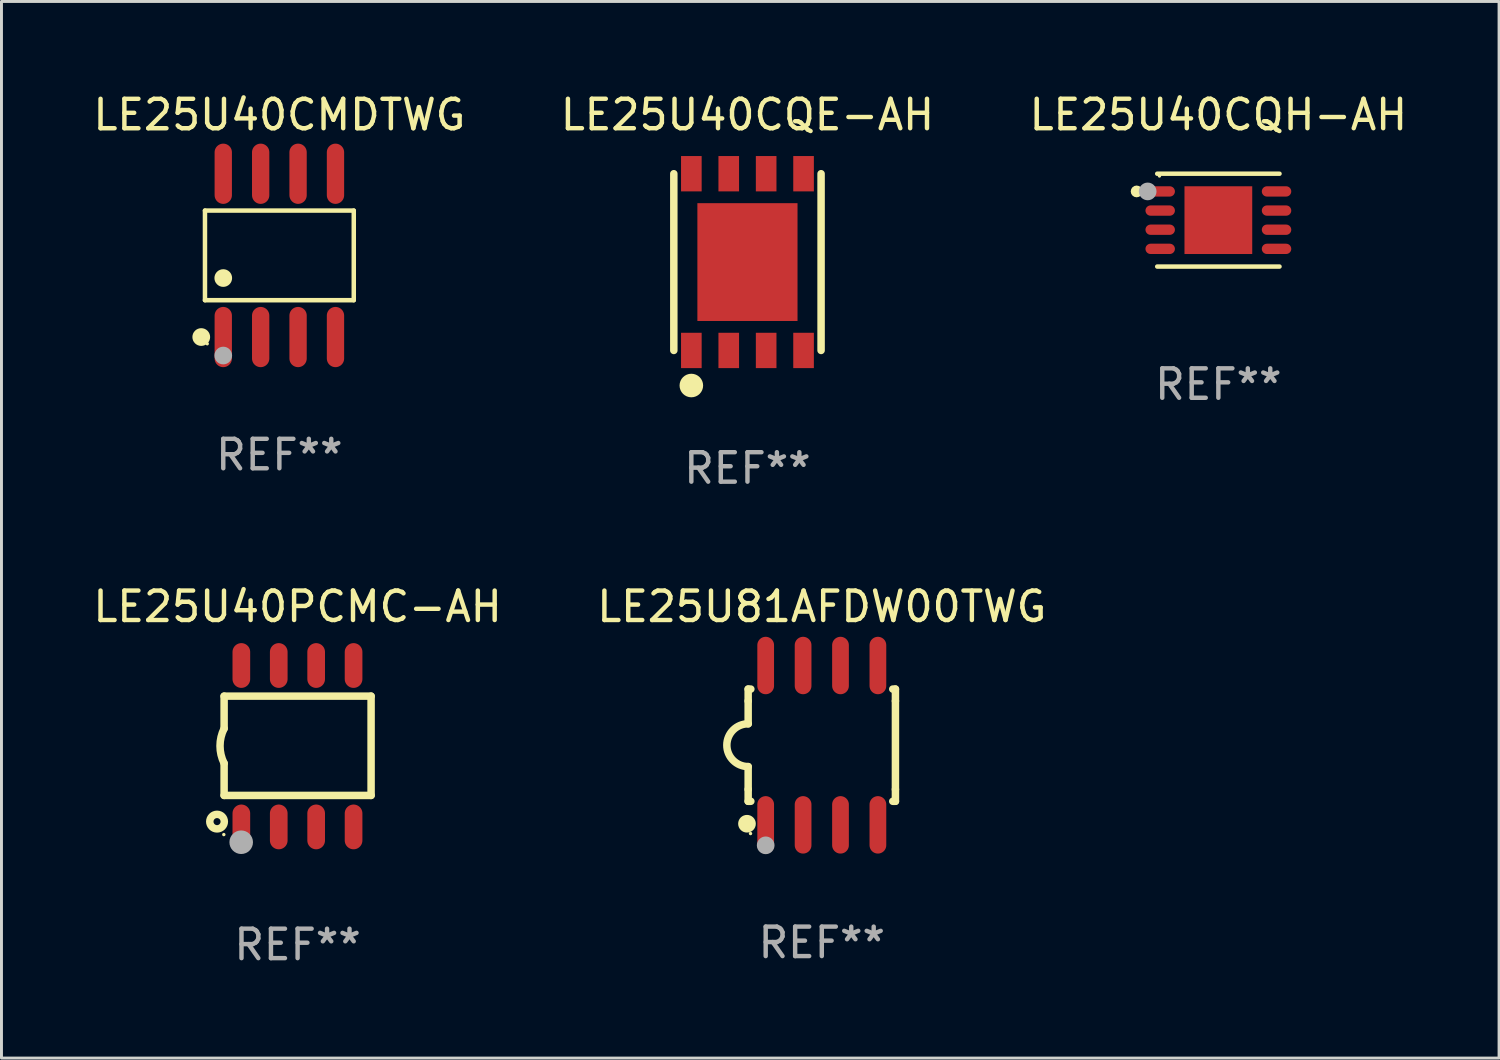
<source format=kicad_pcb>
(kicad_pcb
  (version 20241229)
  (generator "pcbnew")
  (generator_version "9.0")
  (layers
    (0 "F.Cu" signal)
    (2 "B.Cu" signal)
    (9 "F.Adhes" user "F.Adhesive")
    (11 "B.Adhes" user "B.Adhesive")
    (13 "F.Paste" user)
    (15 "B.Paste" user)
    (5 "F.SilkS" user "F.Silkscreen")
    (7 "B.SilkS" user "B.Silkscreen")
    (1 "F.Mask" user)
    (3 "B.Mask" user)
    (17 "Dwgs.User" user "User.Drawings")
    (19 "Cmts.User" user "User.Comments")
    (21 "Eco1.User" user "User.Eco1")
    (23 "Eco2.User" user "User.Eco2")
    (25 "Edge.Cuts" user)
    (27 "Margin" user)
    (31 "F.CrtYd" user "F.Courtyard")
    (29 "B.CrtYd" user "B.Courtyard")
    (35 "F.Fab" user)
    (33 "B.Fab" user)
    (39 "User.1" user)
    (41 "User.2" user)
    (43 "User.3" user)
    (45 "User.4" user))
  (footprint "LE25U40CQH-AH"
    (layer "F.Cu")
    (at 38.315 4.424)
    (property "Reference" "LE25U40CQH-AH" (at 0 -3.576 0) (layer "F.SilkS") (effects (font (size 1 1) (thickness 0.15))))
    (attr through_hole)
    (fp_line (start -2.076 -1.576) (end 2.076 -1.576) (stroke (width 0.152) (type solid)) (layer "F.SilkS"))
    (fp_line (start 2.076 1.576) (end -2.076 1.576) (stroke (width 0.152) (type solid)) (layer "F.SilkS"))
    (fp_circle (center -2.775 -0.975) (end -2.675 -0.975) (stroke (width 0.2) (type solid)) (fill no) (layer "F.SilkS"))
    (fp_circle (center -2 -1.5) (end -1.97 -1.5) (stroke (width 0.06) (type solid)) (fill no) (layer "F.SilkS"))
    (fp_circle (center -2.4 -0.975) (end -2.25 -0.975) (stroke (width 0.3) (type solid)) (fill no) (layer "F.Fab"))
    (fp_text user "REF**" (at 0 5.576 0) (layer "F.Fab") (effects (font (size 1 1) (thickness 0.15))))
    (pad "1" smd oval (at -1.975 -0.975 270) (size 0.35 1) (layers "F.Cu" "F.Mask" "F.Paste"))
    (pad "2" smd oval (at -1.975 -0.325 270) (size 0.35 1) (layers "F.Cu" "F.Mask" "F.Paste"))
    (pad "3" smd oval (at -1.975 0.325 270) (size 0.35 1) (layers "F.Cu" "F.Mask" "F.Paste"))
    (pad "4" smd oval (at -1.975 0.975 270) (size 0.35 1) (layers "F.Cu" "F.Mask" "F.Paste"))
    (pad "5" smd oval (at 1.975 0.975 270) (size 0.35 1) (layers "F.Cu" "F.Mask" "F.Paste"))
    (pad "6" smd oval (at 1.975 0.325 270) (size 0.35 1) (layers "F.Cu" "F.Mask" "F.Paste"))
    (pad "7" smd oval (at 1.975 -0.325 270) (size 0.35 1) (layers "F.Cu" "F.Mask" "F.Paste"))
    (pad "8" smd oval (at 1.975 -0.975 270) (size 0.35 1) (layers "F.Cu" "F.Mask" "F.Paste"))
    (pad "9" smd rect (at 0 0) (size 2.3 2.3) (layers "F.Cu" "F.Mask" "F.Paste")))
  (footprint "LE25U40CQE-AH"
    (layer "F.Cu")
    (at 22.327 5.848)
    (property "Reference" "LE25U40CQE-AH" (at 0 -5 0) (layer "F.SilkS") (effects (font (size 1 1) (thickness 0.15))))
    (attr through_hole)
    (fp_line (start -2.5 -3) (end -2.5 3) (stroke (width 0.254) (type solid)) (layer "F.SilkS"))
    (fp_line (start 2.5 -3) (end 2.5 3) (stroke (width 0.254) (type solid)) (layer "F.SilkS"))
    (fp_circle (center -1.905 4.191) (end -1.705 4.191) (stroke (width 0.4) (type solid)) (fill no) (layer "F.SilkS"))
    (fp_text user "REF**" (at 0 7 0) (layer "F.Fab") (effects (font (size 1 1) (thickness 0.15))))
    (pad "1" smd rect (at -1.905 3 90) (size 1.2 0.7) (layers "F.Cu" "F.Mask" "F.Paste"))
    (pad "2" smd rect (at -0.635 3 90) (size 1.2 0.7) (layers "F.Cu" "F.Mask" "F.Paste"))
    (pad "3" smd rect (at 0.635 3 90) (size 1.2 0.7) (layers "F.Cu" "F.Mask" "F.Paste"))
    (pad "4" smd rect (at 1.905 3 90) (size 1.2 0.7) (layers "F.Cu" "F.Mask" "F.Paste"))
    (pad "5" smd rect (at 1.905 -3 90) (size 1.2 0.7) (layers "F.Cu" "F.Mask" "F.Paste"))
    (pad "6" smd rect (at 0.635 -3 90) (size 1.2 0.7) (layers "F.Cu" "F.Mask" "F.Paste"))
    (pad "7" smd rect (at -0.635 -3 90) (size 1.2 0.7) (layers "F.Cu" "F.Mask" "F.Paste"))
    (pad "8" smd rect (at -1.905 -3 90) (size 1.2 0.7) (layers "F.Cu" "F.Mask" "F.Paste"))
    (pad "9" smd rect (at 0 -0.000127 90) (size 4 3.4) (layers "F.Cu" "F.Mask" "F.Paste")))
  (footprint "LE25U81AFDW00TWG"
    (layer "F.Cu")
    (at 24.851 22.25)
    (property "Reference" "LE25U81AFDW00TWG" (at 0 -4.705 0) (layer "F.SilkS") (effects (font (size 1 1) (thickness 0.15))))
    (attr through_hole)
    (fp_line (start -2.5 -1.905) (end -2.409 -1.905) (stroke (width 0.254) (type solid)) (layer "F.SilkS"))
    (fp_line (start -2.5 -1.5) (end -2.5 -1.905) (stroke (width 0.254) (type solid)) (layer "F.SilkS"))
    (fp_line (start -2.5 -1.5) (end -2.5 -0.726) (stroke (width 0.254) (type solid)) (layer "F.SilkS"))
    (fp_line (start -2.5 1.5) (end -2.5 0.727) (stroke (width 0.254) (type solid)) (layer "F.SilkS"))
    (fp_line (start -2.5 1.5) (end -2.5 1.905) (stroke (width 0.254) (type solid)) (layer "F.SilkS"))
    (fp_line (start -2.5 1.905) (end -2.409 1.905) (stroke (width 0.254) (type solid)) (layer "F.SilkS"))
    (fp_line (start 2.5 -1.905) (end 2.409 -1.905) (stroke (width 0.254) (type solid)) (layer "F.SilkS"))
    (fp_line (start 2.5 -1.5) (end 2.5 -1.905) (stroke (width 0.254) (type solid)) (layer "F.SilkS"))
    (fp_line (start 2.5 -1.5) (end 2.5 1.5) (stroke (width 0.254) (type solid)) (layer "F.SilkS"))
    (fp_line (start 2.5 1.5) (end 2.5 1.905) (stroke (width 0.254) (type solid)) (layer "F.SilkS"))
    (fp_line (start 2.5 1.905) (end 2.409 1.905) (stroke (width 0.254) (type solid)) (layer "F.SilkS"))
    (fp_arc (start -2.5 0.726568) (mid -3.220316 -0.0023) (end -2.495097 -0.726289) (stroke (width 0.254001) (type solid)) (layer "F.SilkS"))
    (fp_circle (center -2.54 2.667) (end -2.39 2.667) (stroke (width 0.3) (type solid)) (fill no) (layer "F.SilkS"))
    (fp_circle (center -2.42 3) (end -2.39 3) (stroke (width 0.06) (type solid)) (fill no) (layer "F.SilkS"))
    (fp_circle (center -1.905 3.4) (end -1.755 3.4) (stroke (width 0.3) (type solid)) (fill no) (layer "F.Fab"))
    (fp_text user "REF**" (at 0 6.705 0) (layer "F.Fab") (effects (font (size 1 1) (thickness 0.15))))
    (pad "1" smd oval (at -1.905 2.705) (size 0.568 1.95) (layers "F.Cu" "F.Mask" "F.Paste"))
    (pad "2" smd oval (at -0.635 2.705) (size 0.568 1.95) (layers "F.Cu" "F.Mask" "F.Paste"))
    (pad "3" smd oval (at 0.635 2.705) (size 0.568 1.95) (layers "F.Cu" "F.Mask" "F.Paste"))
    (pad "4" smd oval (at 1.905 2.705) (size 0.568 1.95) (layers "F.Cu" "F.Mask" "F.Paste"))
    (pad "5" smd oval (at 1.905 -2.705) (size 0.568 1.95) (layers "F.Cu" "F.Mask" "F.Paste"))
    (pad "6" smd oval (at 0.635 -2.705) (size 0.568 1.95) (layers "F.Cu" "F.Mask" "F.Paste"))
    (pad "7" smd oval (at -0.635 -2.705) (size 0.568 1.95) (layers "F.Cu" "F.Mask" "F.Paste"))
    (pad "8" smd oval (at -1.905 -2.705) (size 0.568 1.95) (layers "F.Cu" "F.Mask" "F.Paste")))
  (footprint "LE25U40CMDTWG"
    (layer "F.Cu")
    (at 6.435 5.621)
    (property "Reference" "LE25U40CMDTWG" (at 0 -4.772 0) (layer "F.SilkS") (effects (font (size 1 1) (thickness 0.15))))
    (attr through_hole)
    (fp_line (start -2.526 -1.521) (end 2.526 -1.521) (stroke (width 0.152) (type solid)) (layer "F.SilkS"))
    (fp_line (start -2.526 1.521) (end -2.526 -1.521) (stroke (width 0.152) (type solid)) (layer "F.SilkS"))
    (fp_line (start 2.526 -1.521) (end 2.526 1.521) (stroke (width 0.152) (type solid)) (layer "F.SilkS"))
    (fp_line (start 2.526 1.521) (end -2.526 1.521) (stroke (width 0.152) (type solid)) (layer "F.SilkS"))
    (fp_circle (center -2.652 2.772) (end -2.501 2.772) (stroke (width 0.3) (type solid)) (fill no) (layer "F.SilkS"))
    (fp_circle (center -2.45 3) (end -2.42 3) (stroke (width 0.06) (type solid)) (fill no) (layer "F.SilkS"))
    (fp_circle (center -1.905 0.769) (end -1.755 0.769) (stroke (width 0.3) (type solid)) (fill no) (layer "F.SilkS"))
    (fp_circle (center -1.905 3.4) (end -1.755 3.4) (stroke (width 0.3) (type solid)) (fill no) (layer "F.Fab"))
    (fp_text user "REF**" (at 0 6.772 0) (layer "F.Fab") (effects (font (size 1 1) (thickness 0.15))))
    (pad "1" smd oval (at -1.905 2.772) (size 0.588 2.045) (layers "F.Cu" "F.Mask" "F.Paste"))
    (pad "2" smd oval (at -0.635 2.772) (size 0.588 2.045) (layers "F.Cu" "F.Mask" "F.Paste"))
    (pad "3" smd oval (at 0.635 2.772) (size 0.588 2.045) (layers "F.Cu" "F.Mask" "F.Paste"))
    (pad "4" smd oval (at 1.905 2.772) (size 0.588 2.045) (layers "F.Cu" "F.Mask" "F.Paste"))
    (pad "5" smd oval (at 1.905 -2.772) (size 0.588 2.045) (layers "F.Cu" "F.Mask" "F.Paste"))
    (pad "6" smd oval (at 0.635 -2.772) (size 0.588 2.045) (layers "F.Cu" "F.Mask" "F.Paste"))
    (pad "7" smd oval (at -0.635 -2.772) (size 0.588 2.045) (layers "F.Cu" "F.Mask" "F.Paste"))
    (pad "8" smd oval (at -1.905 -2.772) (size 0.588 2.045) (layers "F.Cu" "F.Mask" "F.Paste")))
  (footprint "LE25U40PCMC-AH"
    (layer "F.Cu")
    (at 7.054 22.285)
    (property "Reference" "LE25U40PCMC-AH" (at 0 -4.74 0) (layer "F.SilkS") (effects (font (size 1 1) (thickness 0.15))))
    (attr through_hole)
    (fp_line (start -2.495 -1.7) (end 2.495 -1.7) (stroke (width 0.254) (type solid)) (layer "F.SilkS"))
    (fp_line (start -2.495 -0.6) (end -2.495 -1.7) (stroke (width 0.254) (type solid)) (layer "F.SilkS"))
    (fp_line (start -2.495 1.671) (end -2.495 0.58) (stroke (width 0.254) (type solid)) (layer "F.SilkS"))
    (fp_line (start 2.495 -1.7) (end 2.495 1.671) (stroke (width 0.254) (type solid)) (layer "F.SilkS"))
    (fp_line (start 2.495 1.671) (end -2.495 1.671) (stroke (width 0.254) (type solid)) (layer "F.SilkS"))
    (fp_arc (start -2.495009 0.58001) (mid -2.634112 -0.009995) (end -2.495009 -0.6) (stroke (width 0.254001) (type solid)) (layer "F.SilkS"))
    (fp_circle (center -2.735 2.56) (end -2.615 2.56) (stroke (width 0.254) (type solid)) (fill no) (layer "F.SilkS"))
    (fp_circle (center -2.505 3) (end -2.475 3) (stroke (width 0.06) (type solid)) (fill no) (layer "F.SilkS"))
    (fp_circle (center -1.915 3.26) (end -1.715 3.26) (stroke (width 0.4) (type solid)) (fill no) (layer "F.Fab"))
    (fp_text user "REF**" (at 0 6.74 0) (layer "F.Fab") (effects (font (size 1 1) (thickness 0.15))))
    (pad "1" smd oval (at -1.91 2.74) (size 0.6 1.52) (layers "F.Cu" "F.Mask" "F.Paste"))
    (pad "2" smd oval (at -0.64 2.74) (size 0.6 1.52) (layers "F.Cu" "F.Mask" "F.Paste"))
    (pad "3" smd oval (at 0.63 2.74) (size 0.6 1.52) (layers "F.Cu" "F.Mask" "F.Paste"))
    (pad "4" smd oval (at 1.9 2.74) (size 0.6 1.52) (layers "F.Cu" "F.Mask" "F.Paste"))
    (pad "5" smd oval (at 1.9 -2.74) (size 0.6 1.52) (layers "F.Cu" "F.Mask" "F.Paste"))
    (pad "6" smd oval (at 0.63 -2.74) (size 0.6 1.52) (layers "F.Cu" "F.Mask" "F.Paste"))
    (pad "7" smd oval (at -0.64 -2.74) (size 0.6 1.52) (layers "F.Cu" "F.Mask" "F.Paste"))
    (pad "8" smd oval (at -1.91 -2.74) (size 0.6 1.52) (layers "F.Cu" "F.Mask" "F.Paste")))
  (gr_rect
    (start -3 -3)
    (end 47.845 32.873)
    (stroke (width 0.1) (type default))
    (fill no)
    (layer "Edge.Cuts")))
</source>
